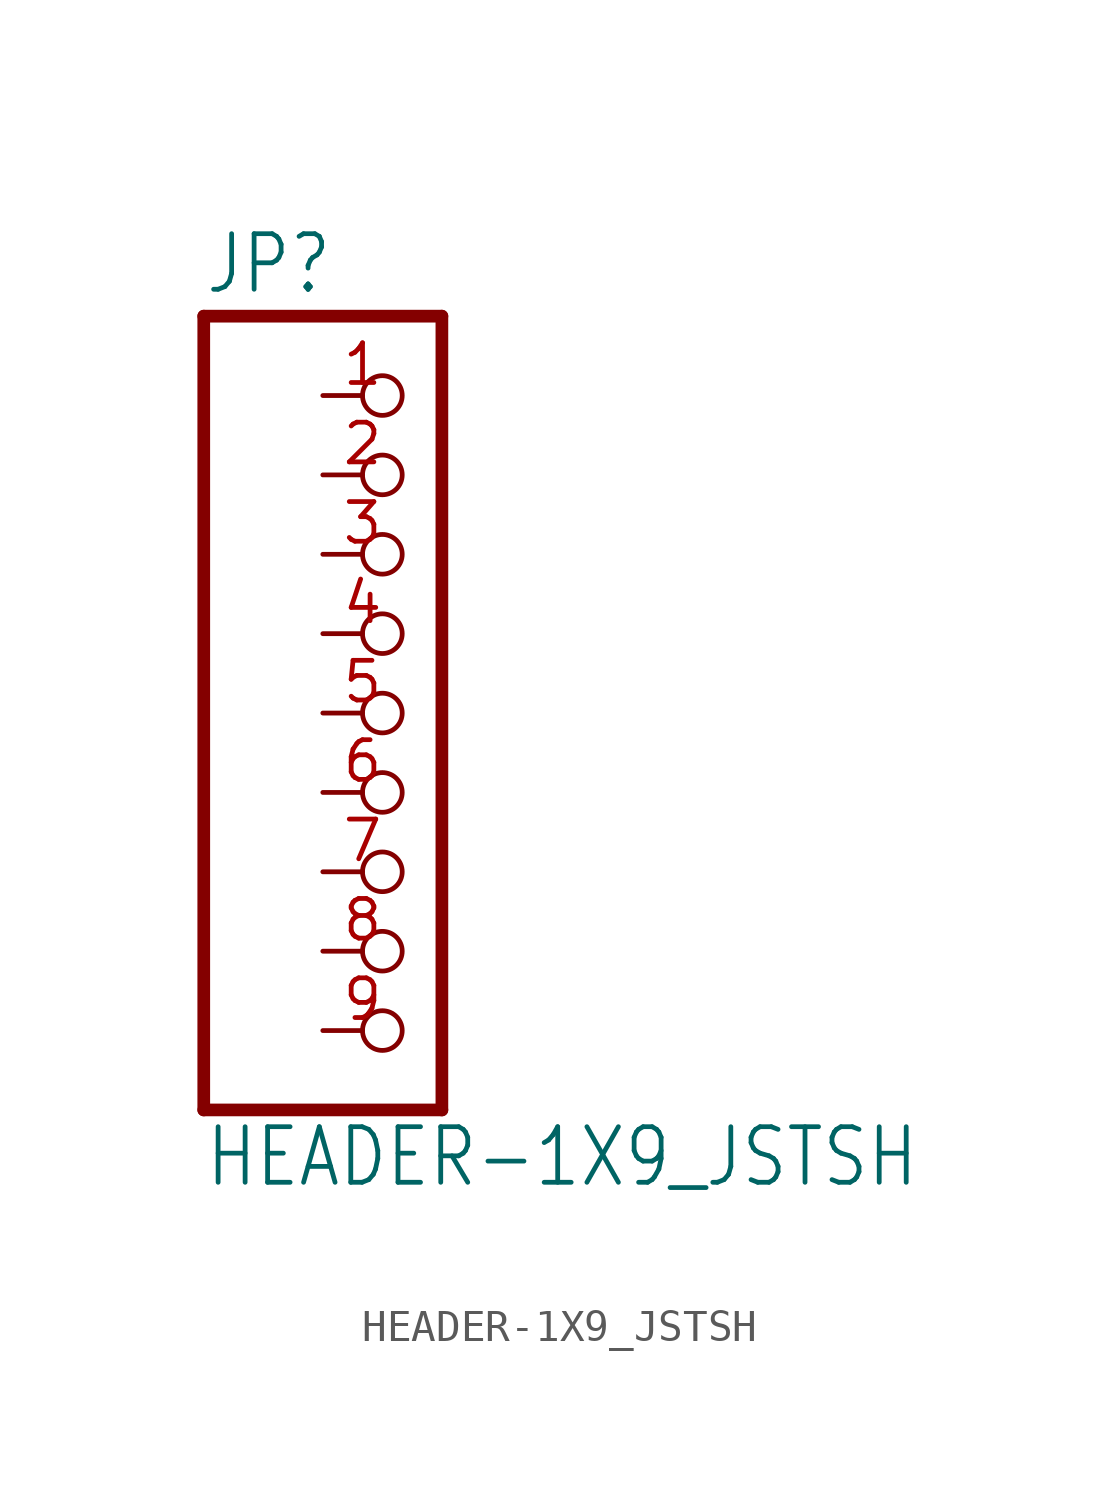
<source format=kicad_sym>
(kicad_symbol_lib
  (version 20211014)
  (generator kicad_symbol_editor)
  (symbol "HEADER-1X9_JSTSH"
    (property "Reference" "JP"
      (at -6.35 13.335 0)
      (effects (font (size 1.778 1.511)) (justify left bottom)))
    (property "Value" "HEADER-1X9_JSTSH"
      (at -6.35 -15.24 0)
      (effects (font (size 1.778 1.511)) (justify left bottom)))
    (property "ki_locked" ""
      (at 0 0 0)
      (effects (font (size 1.27 1.27))))
    (symbol "HEADER-1X9_JSTSH_1_0"
      (polyline (pts (xy -6.35 -12.7) (xy 1.27 -12.7)) (stroke (width 0.406) (type default) (color 0 0 0 0)) (fill (type none)))
      (polyline (pts (xy -6.35 12.7) (xy -6.35 -12.7)) (stroke (width 0.406) (type default) (color 0 0 0 0)) (fill (type none)))
      (polyline (pts (xy 1.27 -12.7) (xy 1.27 12.7)) (stroke (width 0.406) (type default) (color 0 0 0 0)) (fill (type none)))
      (polyline (pts (xy 1.27 12.7) (xy -6.35 12.7)) (stroke (width 0.406) (type default) (color 0 0 0 0)) (fill (type none)))
      (pin passive inverted (at -2.54 10.16 0) (length 2.54) (name "1" (effects (font (size 0 0)))) (number "1" (effects (font (size 1.27 1.27)))))
      (pin passive inverted (at -2.54 7.62 0) (length 2.54) (name "2" (effects (font (size 0 0)))) (number "2" (effects (font (size 1.27 1.27)))))
      (pin passive inverted (at -2.54 5.08 0) (length 2.54) (name "3" (effects (font (size 0 0)))) (number "3" (effects (font (size 1.27 1.27)))))
      (pin passive inverted (at -2.54 2.54 0) (length 2.54) (name "4" (effects (font (size 0 0)))) (number "4" (effects (font (size 1.27 1.27)))))
      (pin passive inverted (at -2.54 0 0) (length 2.54) (name "5" (effects (font (size 0 0)))) (number "5" (effects (font (size 1.27 1.27)))))
      (pin passive inverted (at -2.54 -2.54 0) (length 2.54) (name "6" (effects (font (size 0 0)))) (number "6" (effects (font (size 1.27 1.27)))))
      (pin passive inverted (at -2.54 -5.08 0) (length 2.54) (name "7" (effects (font (size 0 0)))) (number "7" (effects (font (size 1.27 1.27)))))
      (pin passive inverted (at -2.54 -7.62 0) (length 2.54) (name "8" (effects (font (size 0 0)))) (number "8" (effects (font (size 1.27 1.27)))))
      (pin passive inverted (at -2.54 -10.16 0) (length 2.54) (name "9" (effects (font (size 0 0)))) (number "9" (effects (font (size 1.27 1.27))))))))
</source>
